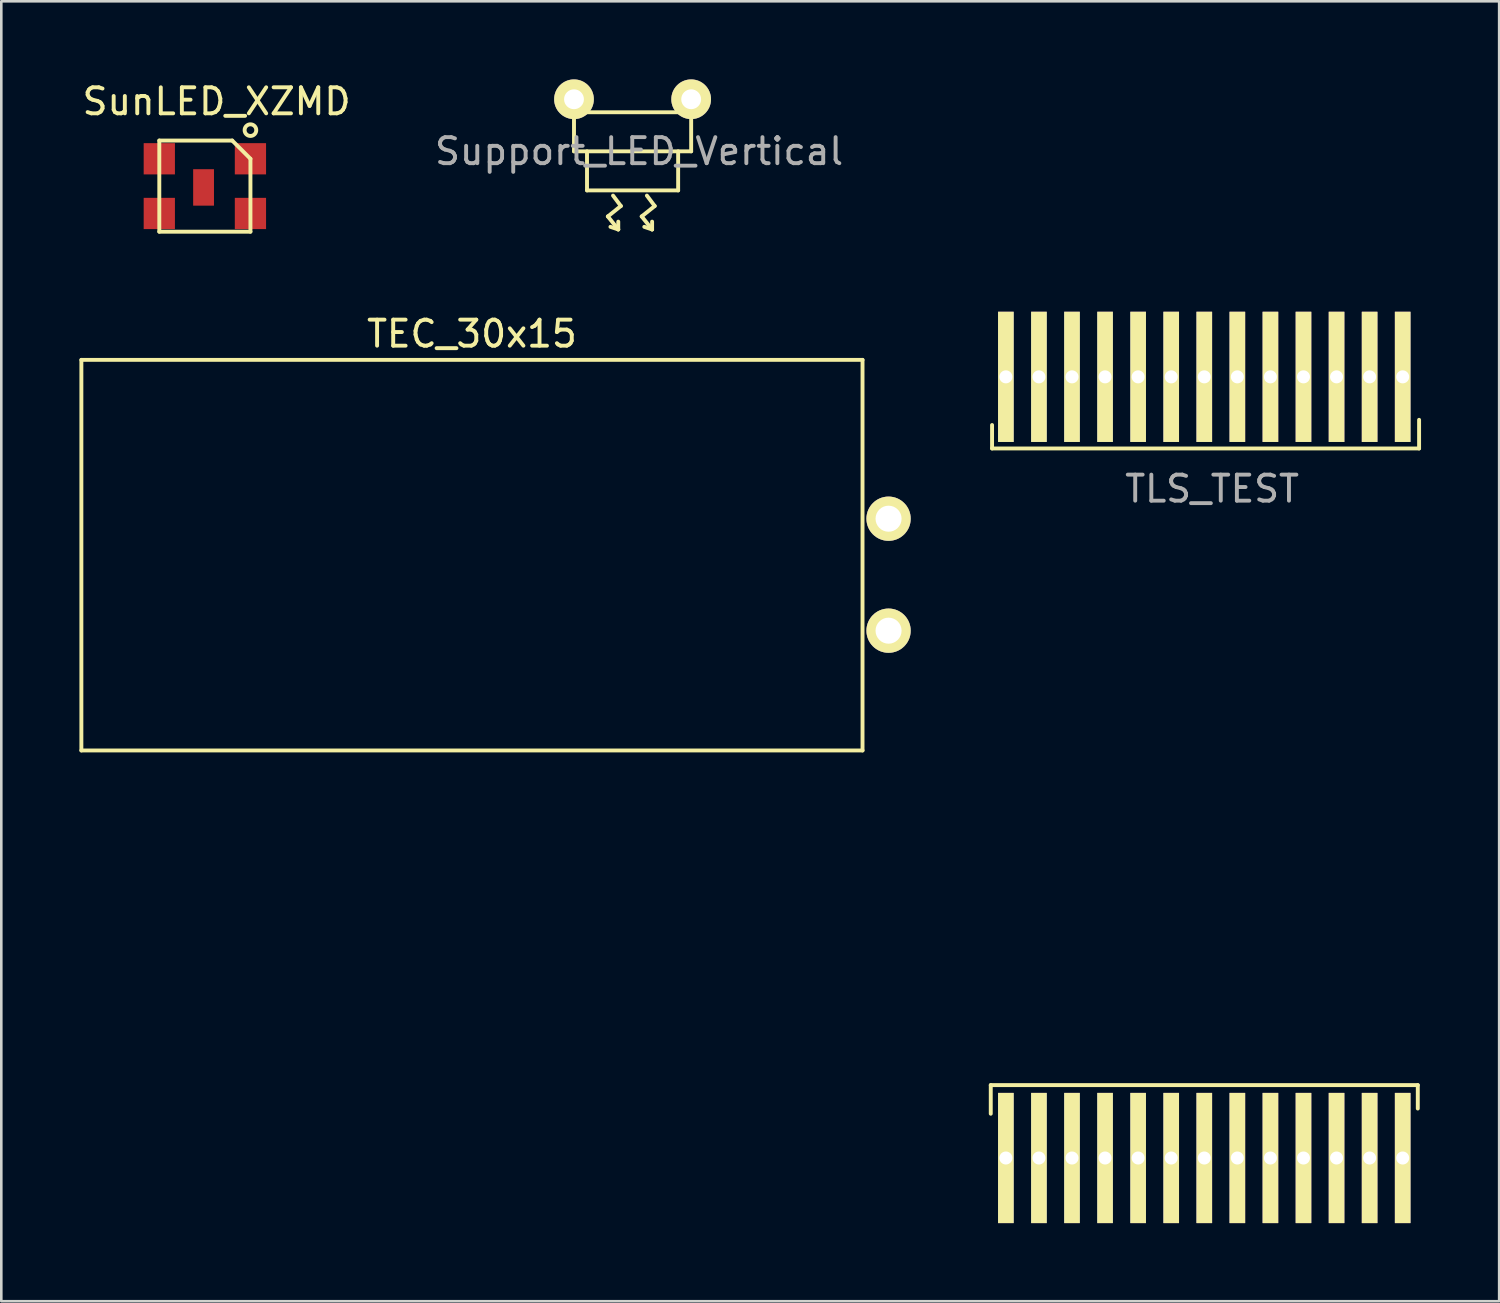
<source format=kicad_pcb>
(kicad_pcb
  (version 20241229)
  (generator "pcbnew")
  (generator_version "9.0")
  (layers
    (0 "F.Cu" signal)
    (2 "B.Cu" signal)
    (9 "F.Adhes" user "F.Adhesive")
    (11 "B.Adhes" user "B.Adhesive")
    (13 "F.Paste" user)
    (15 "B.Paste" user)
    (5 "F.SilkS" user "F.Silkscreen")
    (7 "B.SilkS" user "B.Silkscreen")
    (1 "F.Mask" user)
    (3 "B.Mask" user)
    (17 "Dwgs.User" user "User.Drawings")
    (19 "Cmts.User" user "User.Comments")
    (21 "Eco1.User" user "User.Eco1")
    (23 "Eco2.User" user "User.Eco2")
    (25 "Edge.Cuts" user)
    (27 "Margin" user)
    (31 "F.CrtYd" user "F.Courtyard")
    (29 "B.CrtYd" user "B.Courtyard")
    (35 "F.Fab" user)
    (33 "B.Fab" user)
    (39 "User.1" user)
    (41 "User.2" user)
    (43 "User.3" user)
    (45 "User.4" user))
  (footprint "Support_LED_Vertical"
    (layer "F.Cu")
    (at 20.994 1.762)
    (property "Reference" "Support_LED_Vertical" (at 0.5 1 0) (layer "F.Fab") (effects (font (size 1 1) (thickness 0.15))))
    (attr through_hole)
    (fp_line (start -2 -0.5) (end -2 1) (stroke (width 0.15) (type solid)) (layer "F.SilkS"))
    (fp_line (start -2 1) (end 2.5 1) (stroke (width 0.15) (type solid)) (layer "F.SilkS"))
    (fp_line (start -1.5 2.5) (end -1.5 1) (stroke (width 0.15) (type solid)) (layer "F.SilkS"))
    (fp_line (start -1.5 2.5) (end 2 2.5) (stroke (width 0.15) (type solid)) (layer "F.SilkS"))
    (fp_line (start -0.7 3.5) (end -0.3 4) (stroke (width 0.15) (type solid)) (layer "F.SilkS"))
    (fp_line (start -0.5 2.7) (end -0.2 3.1) (stroke (width 0.15) (type solid)) (layer "F.SilkS"))
    (fp_line (start -0.3 4) (end -0.6 3.9) (stroke (width 0.15) (type solid)) (layer "F.SilkS"))
    (fp_line (start -0.3 4) (end -0.3 3.7) (stroke (width 0.15) (type solid)) (layer "F.SilkS"))
    (fp_line (start -0.2 3.1) (end -0.7 3.5) (stroke (width 0.15) (type solid)) (layer "F.SilkS"))
    (fp_line (start 0.6 3.5) (end 1 4) (stroke (width 0.15) (type solid)) (layer "F.SilkS"))
    (fp_line (start 0.8 2.7) (end 1.1 3.1) (stroke (width 0.15) (type solid)) (layer "F.SilkS"))
    (fp_line (start 1 4) (end 0.7 3.9) (stroke (width 0.15) (type solid)) (layer "F.SilkS"))
    (fp_line (start 1 4) (end 1 3.7) (stroke (width 0.15) (type solid)) (layer "F.SilkS"))
    (fp_line (start 1.1 3.1) (end 0.6 3.5) (stroke (width 0.15) (type solid)) (layer "F.SilkS"))
    (fp_line (start 2 2.5) (end 2 1) (stroke (width 0.15) (type solid)) (layer "F.SilkS"))
    (fp_line (start 2.5 -0.5) (end -2 -0.5) (stroke (width 0.15) (type solid)) (layer "F.SilkS"))
    (fp_line (start 2.5 1) (end 2.5 -0.5) (stroke (width 0.15) (type solid)) (layer "F.SilkS"))
    (pad "1" thru_hole circle (at -2 -1) (size 1.524 1.524) (drill 0.762) (layers "*.Cu" "*.Mask" "F.SilkS"))
    (pad "2" thru_hole circle (at 2.5 -1) (size 1.524 1.524) (drill 0.762) (layers "*.Cu" "*.Mask" "F.SilkS")))
  (footprint "SunLED_XZMD"
    (layer "F.Cu")
    (at 4.768 4.148)
    (property "Reference" "SunLED_XZMD" (at 0.5 -3.3 0) (layer "F.SilkS") (effects (font (size 1 1) (thickness 0.15))))
    (attr through_hole)
    (fp_line (start -1.7 -1.8) (end 1.1 -1.8) (stroke (width 0.15) (type solid)) (layer "F.SilkS"))
    (fp_line (start -1.7 1.7) (end -1.7 -1.8) (stroke (width 0.15) (type solid)) (layer "F.SilkS"))
    (fp_line (start 1.1 -1.8) (end 1.8 -1.1) (stroke (width 0.15) (type solid)) (layer "F.SilkS"))
    (fp_line (start 1.8 -1.1) (end 1.8 1.7) (stroke (width 0.15) (type solid)) (layer "F.SilkS"))
    (fp_line (start 1.8 1.7) (end -1.7 1.7) (stroke (width 0.15) (type solid)) (layer "F.SilkS"))
    (fp_circle (center 1.8 -2.2) (end 1.9 -2) (stroke (width 0.15) (type solid)) (fill no) (layer "F.SilkS"))
    (pad "1" smd rect (at 1.8 -1.1) (size 1.2 1.2) (layers "F.Cu" "F.Mask" "F.Paste"))
    (pad "1" smd rect (at 1.8 1) (size 1.2 1.2) (layers "F.Cu" "F.Mask" "F.Paste"))
    (pad "2" smd rect (at -1.7 -1.1) (size 1.2 1.2) (layers "F.Cu" "F.Mask" "F.Paste"))
    (pad "2" smd rect (at -1.7 1) (size 1.2 1.2) (layers "F.Cu" "F.Mask" "F.Paste"))
    (pad "2" smd rect (at 0 0) (size 0.8 1.4) (layers "F.Cu" "F.Mask" "F.Paste")))
  (footprint "TLS_TEST"
    (layer "F.Cu")
    (at 43.4 26.423)
    (property "Reference" "TLS_TEST" (at 0.1 -10.7 0) (layer "F.Fab") (effects (font (size 1 1) (thickness 0.15))))
    (attr through_hole)
    (fp_line (start -8.4 12.2) (end 8 12.2) (stroke (width 0.15) (type solid)) (layer "F.SilkS"))
    (fp_line (start -8.4 13.3) (end -8.4 12.2) (stroke (width 0.15) (type solid)) (layer "F.SilkS"))
    (fp_line (start -8.35 -12.25) (end -8.35 -13.15) (stroke (width 0.15) (type solid)) (layer "F.SilkS"))
    (fp_line (start 8 12.2) (end 8 13.1) (stroke (width 0.15) (type solid)) (layer "F.SilkS"))
    (fp_line (start 8.05 -13.35) (end 8.05 -12.25) (stroke (width 0.15) (type solid)) (layer "F.SilkS"))
    (fp_line (start 8.05 -12.25) (end -8.35 -12.25) (stroke (width 0.15) (type solid)) (layer "F.SilkS"))
    (pad "1" thru_hole rect (at -7.82 15 180) (size 0.6 5) (drill 0.5) (layers "*.Cu" "*.Mask" "F.SilkS"))
    (pad "2" thru_hole rect (at -6.55 15 180) (size 0.6 5) (drill 0.5) (layers "*.Cu" "*.Mask" "F.SilkS"))
    (pad "3" thru_hole rect (at -5.28 15 180) (size 0.6 5) (drill 0.5) (layers "*.Cu" "*.Mask" "F.SilkS"))
    (pad "4" thru_hole rect (at -4.01 15 180) (size 0.6 5) (drill 0.5) (layers "*.Cu" "*.Mask" "F.SilkS"))
    (pad "5" thru_hole rect (at -2.74 15 180) (size 0.6 5) (drill 0.5) (layers "*.Cu" "*.Mask" "F.SilkS"))
    (pad "6" thru_hole rect (at -1.47 15 180) (size 0.6 5) (drill 0.5) (layers "*.Cu" "*.Mask" "F.SilkS"))
    (pad "7" thru_hole rect (at -0.2 15 180) (size 0.6 5) (drill 0.5) (layers "*.Cu" "*.Mask" "F.SilkS"))
    (pad "8" thru_hole rect (at 1.07 15 180) (size 0.6 5) (drill 0.5) (layers "*.Cu" "*.Mask" "F.SilkS"))
    (pad "9" thru_hole rect (at 2.34 15 180) (size 0.6 5) (drill 0.5) (layers "*.Cu" "*.Mask" "F.SilkS"))
    (pad "10" thru_hole rect (at 3.61 15 180) (size 0.6 5) (drill 0.5) (layers "*.Cu" "*.Mask" "F.SilkS"))
    (pad "11" thru_hole rect (at 4.88 15 180) (size 0.6 5) (drill 0.5) (layers "*.Cu" "*.Mask" "F.SilkS"))
    (pad "12" thru_hole rect (at 6.15 15 180) (size 0.6 5) (drill 0.5) (layers "*.Cu" "*.Mask" "F.SilkS"))
    (pad "13" thru_hole rect (at 7.42 15 180) (size 0.6 5) (drill 0.5) (layers "*.Cu" "*.Mask" "F.SilkS"))
    (pad "14" thru_hole rect (at 7.42 -15) (size 0.6 5) (drill 0.5) (layers "*.Cu" "*.Mask" "F.SilkS"))
    (pad "15" thru_hole rect (at 6.15 -15) (size 0.6 5) (drill 0.5) (layers "*.Cu" "*.Mask" "F.SilkS"))
    (pad "16" thru_hole rect (at 4.88 -15) (size 0.6 5) (drill 0.5) (layers "*.Cu" "*.Mask" "F.SilkS"))
    (pad "17" thru_hole rect (at 3.61 -15) (size 0.6 5) (drill 0.5) (layers "*.Cu" "*.Mask" "F.SilkS"))
    (pad "18" thru_hole rect (at 2.34 -15) (size 0.6 5) (drill 0.5) (layers "*.Cu" "*.Mask" "F.SilkS"))
    (pad "19" thru_hole rect (at 1.07 -15) (size 0.6 5) (drill 0.5) (layers "*.Cu" "*.Mask" "F.SilkS"))
    (pad "20" thru_hole rect (at -0.2 -15) (size 0.6 5) (drill 0.5) (layers "*.Cu" "*.Mask" "F.SilkS"))
    (pad "21" thru_hole rect (at -1.47 -15) (size 0.6 5) (drill 0.5) (layers "*.Cu" "*.Mask" "F.SilkS"))
    (pad "22" thru_hole rect (at -2.74 -15) (size 0.6 5) (drill 0.5) (layers "*.Cu" "*.Mask" "F.SilkS"))
    (pad "23" thru_hole rect (at -4.01 -15) (size 0.6 5) (drill 0.5) (layers "*.Cu" "*.Mask" "F.SilkS"))
    (pad "24" thru_hole rect (at -5.28 -15) (size 0.6 5) (drill 0.5) (layers "*.Cu" "*.Mask" "F.SilkS"))
    (pad "25" thru_hole rect (at -6.55 -15) (size 0.6 5) (drill 0.5) (layers "*.Cu" "*.Mask" "F.SilkS"))
    (pad "26" thru_hole rect (at -7.82 -15) (size 0.6 5) (drill 0.5) (layers "*.Cu" "*.Mask" "F.SilkS")))
  (footprint "TEC_30x15"
    (layer "F.Cu")
    (at 15.075 18.771)
    (property "Reference" "TEC_30x15" (at 0 -9 0) (layer "F.SilkS") (effects (font (size 1 1) (thickness 0.15))))
    (attr through_hole)
    (fp_line (start -15 -8) (end 15 -8) (stroke (width 0.15) (type solid)) (layer "F.SilkS"))
    (fp_line (start -15 7) (end -15 -8) (stroke (width 0.15) (type solid)) (layer "F.SilkS"))
    (fp_line (start 15 -8) (end 15 7) (stroke (width 0.15) (type solid)) (layer "F.SilkS"))
    (fp_line (start 15 7) (end -15 7) (stroke (width 0.15) (type solid)) (layer "F.SilkS"))
    (pad "1" thru_hole circle (at 16 2.4) (size 1.7 1.7) (drill 1) (layers "*.Cu" "*.Mask" "F.SilkS"))
    (pad "2" thru_hole circle (at 16 -1.9) (size 1.7 1.7) (drill 1) (layers "*.Cu" "*.Mask" "F.SilkS")))
  (gr_rect
    (start -3 -3)
    (end 54.525 46.923)
    (stroke (width 0.1) (type default))
    (fill no)
    (layer "Edge.Cuts")))
</source>
